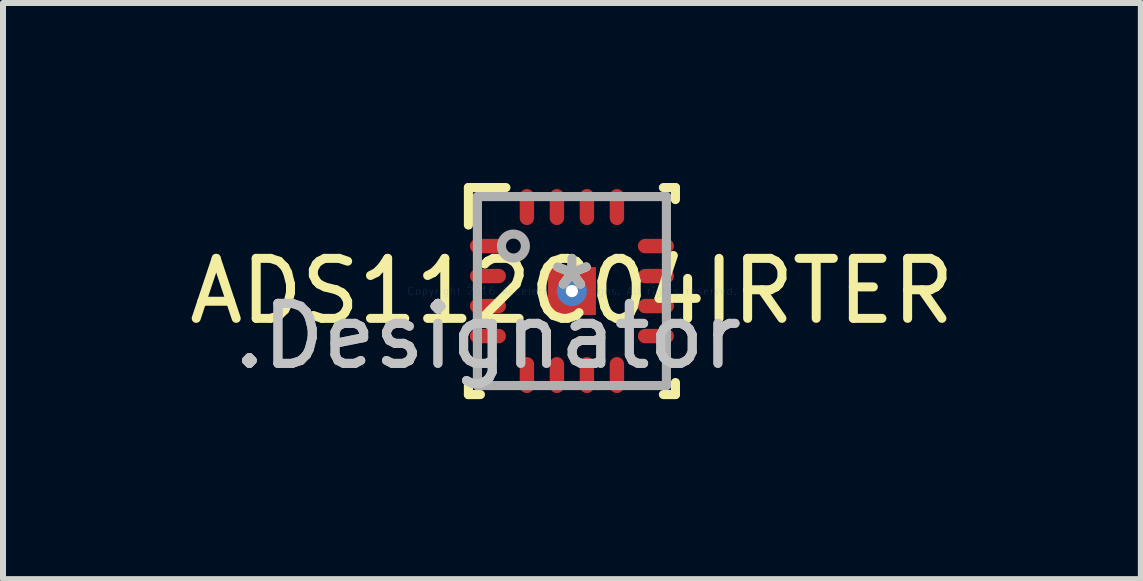
<source format=kicad_pcb>
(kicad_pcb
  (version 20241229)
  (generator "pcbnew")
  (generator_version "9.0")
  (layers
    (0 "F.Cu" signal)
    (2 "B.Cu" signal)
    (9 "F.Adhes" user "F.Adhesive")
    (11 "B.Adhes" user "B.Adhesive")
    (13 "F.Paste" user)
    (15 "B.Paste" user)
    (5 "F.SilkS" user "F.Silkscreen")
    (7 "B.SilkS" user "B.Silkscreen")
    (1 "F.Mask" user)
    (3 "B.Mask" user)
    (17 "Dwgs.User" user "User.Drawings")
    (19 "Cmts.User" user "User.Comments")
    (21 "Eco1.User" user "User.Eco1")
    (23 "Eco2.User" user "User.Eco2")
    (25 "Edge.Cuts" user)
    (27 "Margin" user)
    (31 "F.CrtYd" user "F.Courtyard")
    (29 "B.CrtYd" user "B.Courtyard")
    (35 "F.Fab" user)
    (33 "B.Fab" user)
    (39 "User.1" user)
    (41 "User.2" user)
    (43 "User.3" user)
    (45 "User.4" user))
  (footprint "ADS112C04IRTER"
    (layer "F.Cu")
    (at 6.482 1.801)
    (property "Reference" "ADS112C04IRTER" (at 0 0 0) (layer "F.SilkS") (effects (font (size 1 1) (thickness 0.15))))
    (attr through_hole)
    (fp_line (start -1.725 -1.725) (end -1.1 -1.725) (stroke (width 0.152) (type solid)) (layer "F.SilkS"))
    (fp_line (start -1.725 -1.1) (end -1.725 -1.725) (stroke (width 0.152) (type solid)) (layer "F.SilkS"))
    (fp_line (start -1.725 1.725) (end -1.725 1.525) (stroke (width 0.152) (type solid)) (layer "F.SilkS"))
    (fp_line (start -1.725 1.725) (end -1.525 1.725) (stroke (width 0.152) (type solid)) (layer "F.SilkS"))
    (fp_line (start 1.525 -1.725) (end 1.725 -1.725) (stroke (width 0.152) (type solid)) (layer "F.SilkS"))
    (fp_line (start 1.525 1.725) (end 1.725 1.725) (stroke (width 0.152) (type solid)) (layer "F.SilkS"))
    (fp_line (start 1.725 -1.525) (end 1.725 -1.725) (stroke (width 0.152) (type solid)) (layer "F.SilkS"))
    (fp_line (start 1.725 1.725) (end 1.725 1.525) (stroke (width 0.152) (type solid)) (layer "F.SilkS"))
    (fp_line (start -0.379 -0.379) (end -0.379 0.379) (stroke (width 0.152) (type solid)) (layer "F.Paste"))
    (fp_line (start -0.379 0.379) (end 0.379 0.379) (stroke (width 0.152) (type solid)) (layer "F.Paste"))
    (fp_line (start 0.379 -0.379) (end -0.379 -0.379) (stroke (width 0.152) (type solid)) (layer "F.Paste"))
    (fp_line (start 0.379 0.379) (end 0.379 -0.379) (stroke (width 0.152) (type solid)) (layer "F.Paste"))
    (fp_line (start -1.575 -1.575) (end 1.575 -1.575) (stroke (width 0.152) (type solid)) (layer "F.Fab"))
    (fp_line (start -1.575 1.575) (end -1.575 -1.575) (stroke (width 0.152) (type solid)) (layer "F.Fab"))
    (fp_line (start -1.575 1.575) (end 1.575 1.575) (stroke (width 0.152) (type solid)) (layer "F.Fab"))
    (fp_line (start 1.575 1.575) (end 1.575 -1.575) (stroke (width 0.152) (type solid)) (layer "F.Fab"))
    (fp_circle (center -0.975 -0.75) (end -0.775 -0.75) (stroke (width 0.152) (type solid)) (fill no) (layer "F.Fab"))
    (fp_text user "*" (at 0 0 0) (layer "F.SilkS") (effects (font (size 1 1) (thickness 0.15))))
    (fp_text user ".Designator" (at -1.4 0.75 0) (layer "Dwgs.User") (effects (font (size 1 1) (thickness 0.15))))
    (fp_text user "Copyright 2016 Accelerated Designs. All rights reserved." (at 0 0 0) (layer "Cmts.User") (effects (font (size 0.127 0.127) (thickness 0.002))))
    (fp_text user ".Designator" (at -1.4 0.75 0) (layer "F.Fab") (effects (font (size 1 1) (thickness 0.15))))
    (fp_text user "*" (at 0 0 0) (layer "F.Fab") (effects (font (size 1 1) (thickness 0.15))))
    (pad "1" smd oval (at -1.4 -0.75 90) (size 0.24 0.6) (layers "F.Cu" "F.Mask" "F.Paste"))
    (pad "2" smd oval (at -1.4 -0.25 90) (size 0.24 0.6) (layers "F.Cu" "F.Mask" "F.Paste"))
    (pad "3" smd oval (at -1.4 0.25 90) (size 0.24 0.6) (layers "F.Cu" "F.Mask" "F.Paste"))
    (pad "4" smd oval (at -1.4 0.75 90) (size 0.24 0.6) (layers "F.Cu" "F.Mask" "F.Paste"))
    (pad "5" smd oval (at -0.75 1.4) (size 0.24 0.6) (layers "F.Cu" "F.Mask" "F.Paste"))
    (pad "6" smd oval (at -0.25 1.4) (size 0.24 0.6) (layers "F.Cu" "F.Mask" "F.Paste"))
    (pad "7" smd oval (at 0.25 1.4) (size 0.24 0.6) (layers "F.Cu" "F.Mask" "F.Paste"))
    (pad "8" smd oval (at 0.75 1.4) (size 0.24 0.6) (layers "F.Cu" "F.Mask" "F.Paste"))
    (pad "9" smd oval (at 1.4 0.75 90) (size 0.24 0.6) (layers "F.Cu" "F.Mask" "F.Paste"))
    (pad "10" smd oval (at 1.4 0.25 90) (size 0.24 0.6) (layers "F.Cu" "F.Mask" "F.Paste"))
    (pad "11" smd oval (at 1.4 -0.25 90) (size 0.24 0.6) (layers "F.Cu" "F.Mask" "F.Paste"))
    (pad "12" smd oval (at 1.4 -0.75 90) (size 0.24 0.6) (layers "F.Cu" "F.Mask" "F.Paste"))
    (pad "13" smd oval (at 0.75 -1.4) (size 0.24 0.6) (layers "F.Cu" "F.Mask" "F.Paste"))
    (pad "14" smd oval (at 0.25 -1.4) (size 0.24 0.6) (layers "F.Cu" "F.Mask" "F.Paste"))
    (pad "15" smd oval (at -0.25 -1.4) (size 0.24 0.6) (layers "F.Cu" "F.Mask" "F.Paste"))
    (pad "16" smd oval (at -0.75 -1.4) (size 0.24 0.6) (layers "F.Cu" "F.Mask" "F.Paste"))
    (pad "17" smd rect (at 0.000003 0) (size 0.8 0.8) (layers "F.Cu" "F.Mask" "F.Paste"))
    (pad "V" thru_hole circle (at 0.000003 0) (size 0.5 0.5) (drill 0.203) (layers "*.Cu" "*.Mask")))
  (gr_rect
    (start -3 -3)
    (end 15.964 6.602)
    (stroke (width 0.1) (type default))
    (fill no)
    (layer "Edge.Cuts")))
</source>
